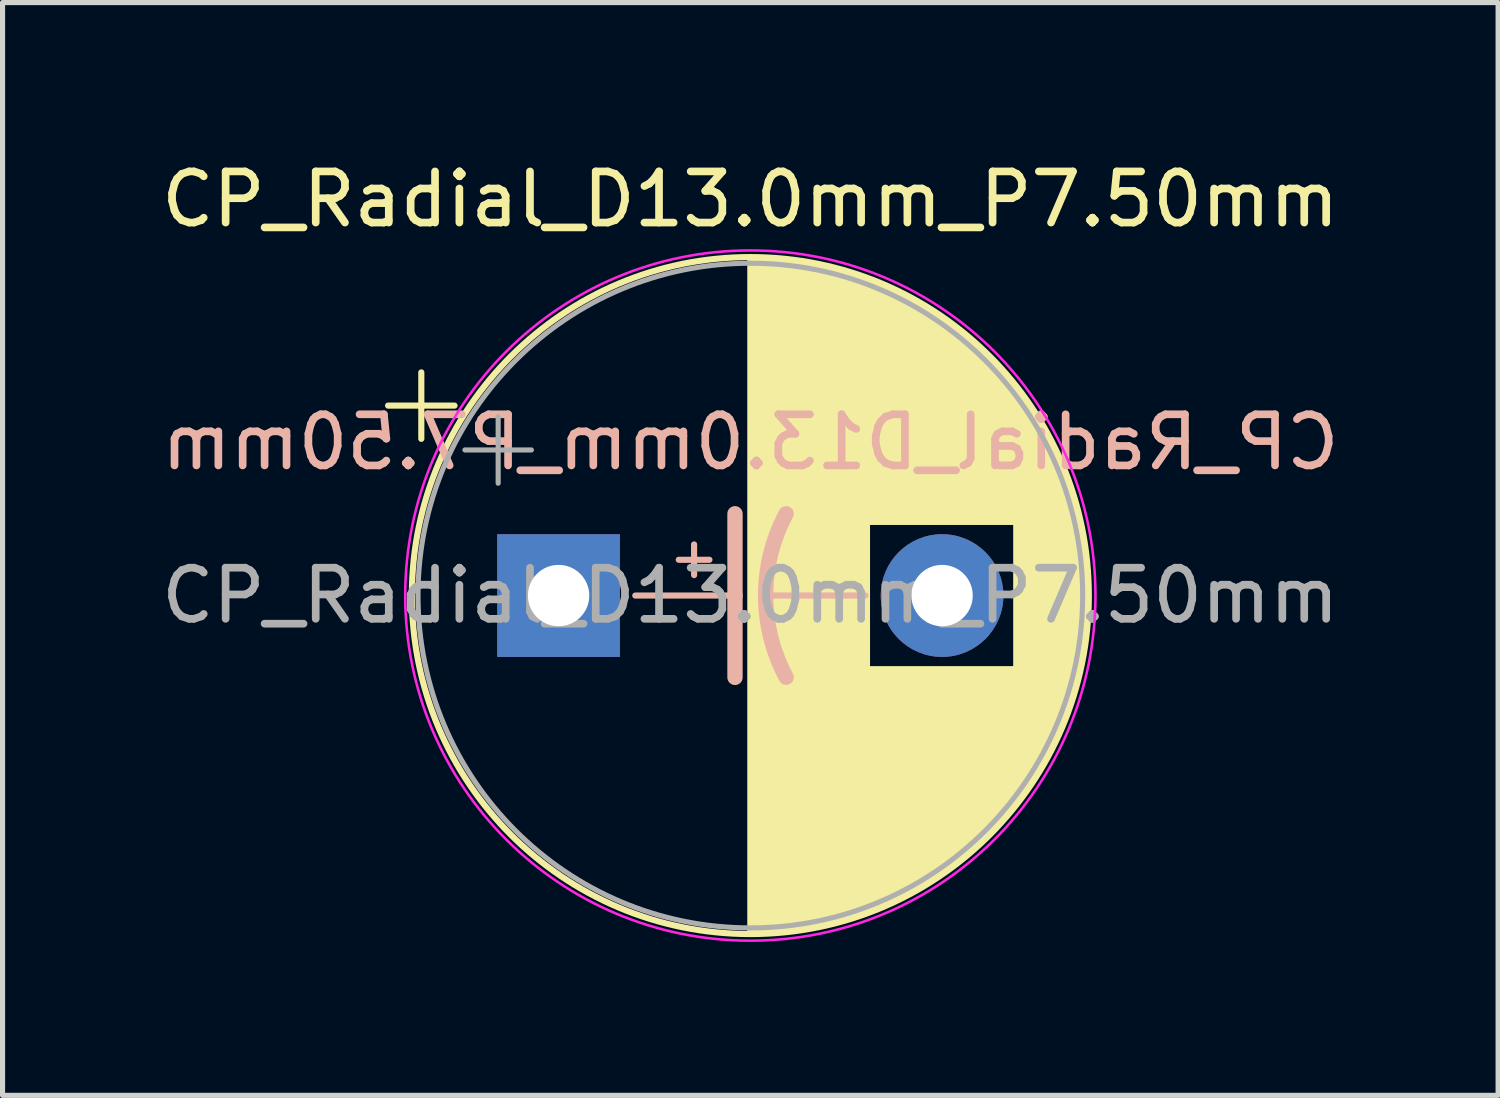
<source format=kicad_pcb>
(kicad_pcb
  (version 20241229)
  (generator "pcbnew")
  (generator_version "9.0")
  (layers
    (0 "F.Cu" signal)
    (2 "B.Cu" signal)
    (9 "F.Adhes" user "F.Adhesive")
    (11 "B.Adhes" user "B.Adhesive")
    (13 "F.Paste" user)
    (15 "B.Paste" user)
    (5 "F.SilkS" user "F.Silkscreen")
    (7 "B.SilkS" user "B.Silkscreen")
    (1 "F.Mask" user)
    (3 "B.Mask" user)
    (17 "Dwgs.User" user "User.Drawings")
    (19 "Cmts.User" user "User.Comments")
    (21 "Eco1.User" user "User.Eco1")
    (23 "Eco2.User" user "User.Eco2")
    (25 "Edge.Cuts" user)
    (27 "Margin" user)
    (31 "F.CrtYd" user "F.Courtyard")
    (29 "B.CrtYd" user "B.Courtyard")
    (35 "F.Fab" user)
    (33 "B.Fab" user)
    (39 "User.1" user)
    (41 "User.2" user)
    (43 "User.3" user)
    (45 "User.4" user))
  (footprint "CP_Radial_D13.0mm_P7.50mm"
    (layer "F.Cu")
    (at 7.875 8.598)
    (property "Reference" "CP_Radial_D13.0mm_P7.50mm" (at 3.75 -7.75 0) (layer "F.SilkS") (effects (font (size 1 1) (thickness 0.15))))
    (fp_line (start -3.335 -3.715) (end -2.035 -3.715) (stroke (width 0.12) (type solid)) (layer "F.SilkS"))
    (fp_line (start -2.685 -4.365) (end -2.685 -3.065) (stroke (width 0.12) (type solid)) (layer "F.SilkS"))
    (fp_line (start 3.75 -6.58) (end 3.75 6.58) (stroke (width 0.12) (type solid)) (layer "F.SilkS"))
    (fp_line (start 3.79 -6.58) (end 3.79 6.58) (stroke (width 0.12) (type solid)) (layer "F.SilkS"))
    (fp_line (start 3.83 -6.58) (end 3.83 6.58) (stroke (width 0.12) (type solid)) (layer "F.SilkS"))
    (fp_line (start 3.87 -6.579) (end 3.87 6.579) (stroke (width 0.12) (type solid)) (layer "F.SilkS"))
    (fp_line (start 3.91 -6.579) (end 3.91 6.579) (stroke (width 0.12) (type solid)) (layer "F.SilkS"))
    (fp_line (start 3.95 -6.577) (end 3.95 6.577) (stroke (width 0.12) (type solid)) (layer "F.SilkS"))
    (fp_line (start 3.99 -6.576) (end 3.99 6.576) (stroke (width 0.12) (type solid)) (layer "F.SilkS"))
    (fp_line (start 4.03 -6.575) (end 4.03 6.575) (stroke (width 0.12) (type solid)) (layer "F.SilkS"))
    (fp_line (start 4.07 -6.573) (end 4.07 6.573) (stroke (width 0.12) (type solid)) (layer "F.SilkS"))
    (fp_line (start 4.11 -6.571) (end 4.11 6.571) (stroke (width 0.12) (type solid)) (layer "F.SilkS"))
    (fp_line (start 4.15 -6.568) (end 4.15 6.568) (stroke (width 0.12) (type solid)) (layer "F.SilkS"))
    (fp_line (start 4.19 -6.566) (end 4.19 6.566) (stroke (width 0.12) (type solid)) (layer "F.SilkS"))
    (fp_line (start 4.23 -6.563) (end 4.23 6.563) (stroke (width 0.12) (type solid)) (layer "F.SilkS"))
    (fp_line (start 4.27 -6.56) (end 4.27 6.56) (stroke (width 0.12) (type solid)) (layer "F.SilkS"))
    (fp_line (start 4.31 -6.557) (end 4.31 6.557) (stroke (width 0.12) (type solid)) (layer "F.SilkS"))
    (fp_line (start 4.35 -6.553) (end 4.35 6.553) (stroke (width 0.12) (type solid)) (layer "F.SilkS"))
    (fp_line (start 4.39 -6.549) (end 4.39 6.549) (stroke (width 0.12) (type solid)) (layer "F.SilkS"))
    (fp_line (start 4.43 -6.545) (end 4.43 6.545) (stroke (width 0.12) (type solid)) (layer "F.SilkS"))
    (fp_line (start 4.471 -6.541) (end 4.471 6.541) (stroke (width 0.12) (type solid)) (layer "F.SilkS"))
    (fp_line (start 4.511 -6.537) (end 4.511 6.537) (stroke (width 0.12) (type solid)) (layer "F.SilkS"))
    (fp_line (start 4.551 -6.532) (end 4.551 6.532) (stroke (width 0.12) (type solid)) (layer "F.SilkS"))
    (fp_line (start 4.591 -6.527) (end 4.591 6.527) (stroke (width 0.12) (type solid)) (layer "F.SilkS"))
    (fp_line (start 4.631 -6.522) (end 4.631 6.522) (stroke (width 0.12) (type solid)) (layer "F.SilkS"))
    (fp_line (start 4.671 -6.516) (end 4.671 6.516) (stroke (width 0.12) (type solid)) (layer "F.SilkS"))
    (fp_line (start 4.711 -6.511) (end 4.711 6.511) (stroke (width 0.12) (type solid)) (layer "F.SilkS"))
    (fp_line (start 4.751 -6.505) (end 4.751 6.505) (stroke (width 0.12) (type solid)) (layer "F.SilkS"))
    (fp_line (start 4.791 -6.498) (end 4.791 6.498) (stroke (width 0.12) (type solid)) (layer "F.SilkS"))
    (fp_line (start 4.831 -6.492) (end 4.831 6.492) (stroke (width 0.12) (type solid)) (layer "F.SilkS"))
    (fp_line (start 4.871 -6.485) (end 4.871 6.485) (stroke (width 0.12) (type solid)) (layer "F.SilkS"))
    (fp_line (start 4.911 -6.478) (end 4.911 6.478) (stroke (width 0.12) (type solid)) (layer "F.SilkS"))
    (fp_line (start 4.951 -6.471) (end 4.951 6.471) (stroke (width 0.12) (type solid)) (layer "F.SilkS"))
    (fp_line (start 4.991 -6.463) (end 4.991 6.463) (stroke (width 0.12) (type solid)) (layer "F.SilkS"))
    (fp_line (start 5.031 -6.456) (end 5.031 6.456) (stroke (width 0.12) (type solid)) (layer "F.SilkS"))
    (fp_line (start 5.071 -6.448) (end 5.071 6.448) (stroke (width 0.12) (type solid)) (layer "F.SilkS"))
    (fp_line (start 5.111 -6.439) (end 5.111 6.439) (stroke (width 0.12) (type solid)) (layer "F.SilkS"))
    (fp_line (start 5.151 -6.431) (end 5.151 6.431) (stroke (width 0.12) (type solid)) (layer "F.SilkS"))
    (fp_line (start 5.191 -6.422) (end 5.191 6.422) (stroke (width 0.12) (type solid)) (layer "F.SilkS"))
    (fp_line (start 5.231 -6.413) (end 5.231 6.413) (stroke (width 0.12) (type solid)) (layer "F.SilkS"))
    (fp_line (start 5.271 -6.404) (end 5.271 6.404) (stroke (width 0.12) (type solid)) (layer "F.SilkS"))
    (fp_line (start 5.311 -6.394) (end 5.311 6.394) (stroke (width 0.12) (type solid)) (layer "F.SilkS"))
    (fp_line (start 5.351 -6.384) (end 5.351 6.384) (stroke (width 0.12) (type solid)) (layer "F.SilkS"))
    (fp_line (start 5.391 -6.374) (end 5.391 6.374) (stroke (width 0.12) (type solid)) (layer "F.SilkS"))
    (fp_line (start 5.431 -6.364) (end 5.431 6.364) (stroke (width 0.12) (type solid)) (layer "F.SilkS"))
    (fp_line (start 5.471 -6.353) (end 5.471 6.353) (stroke (width 0.12) (type solid)) (layer "F.SilkS"))
    (fp_line (start 5.511 -6.342) (end 5.511 6.342) (stroke (width 0.12) (type solid)) (layer "F.SilkS"))
    (fp_line (start 5.551 -6.331) (end 5.551 6.331) (stroke (width 0.12) (type solid)) (layer "F.SilkS"))
    (fp_line (start 5.591 -6.32) (end 5.591 6.32) (stroke (width 0.12) (type solid)) (layer "F.SilkS"))
    (fp_line (start 5.631 -6.308) (end 5.631 6.308) (stroke (width 0.12) (type solid)) (layer "F.SilkS"))
    (fp_line (start 5.671 -6.296) (end 5.671 6.296) (stroke (width 0.12) (type solid)) (layer "F.SilkS"))
    (fp_line (start 5.711 -6.284) (end 5.711 6.284) (stroke (width 0.12) (type solid)) (layer "F.SilkS"))
    (fp_line (start 5.751 -6.271) (end 5.751 6.271) (stroke (width 0.12) (type solid)) (layer "F.SilkS"))
    (fp_line (start 5.791 -6.258) (end 5.791 6.258) (stroke (width 0.12) (type solid)) (layer "F.SilkS"))
    (fp_line (start 5.831 -6.245) (end 5.831 6.245) (stroke (width 0.12) (type solid)) (layer "F.SilkS"))
    (fp_line (start 5.871 -6.232) (end 5.871 6.232) (stroke (width 0.12) (type solid)) (layer "F.SilkS"))
    (fp_line (start 5.911 -6.218) (end 5.911 6.218) (stroke (width 0.12) (type solid)) (layer "F.SilkS"))
    (fp_line (start 5.951 -6.204) (end 5.951 6.204) (stroke (width 0.12) (type solid)) (layer "F.SilkS"))
    (fp_line (start 5.991 -6.19) (end 5.991 6.19) (stroke (width 0.12) (type solid)) (layer "F.SilkS"))
    (fp_line (start 6.031 -6.175) (end 6.031 6.175) (stroke (width 0.12) (type solid)) (layer "F.SilkS"))
    (fp_line (start 6.071 -6.161) (end 6.071 -1.44) (stroke (width 0.12) (type solid)) (layer "F.SilkS"))
    (fp_line (start 6.071 1.44) (end 6.071 6.161) (stroke (width 0.12) (type solid)) (layer "F.SilkS"))
    (fp_line (start 6.111 -6.146) (end 6.111 -1.44) (stroke (width 0.12) (type solid)) (layer "F.SilkS"))
    (fp_line (start 6.111 1.44) (end 6.111 6.146) (stroke (width 0.12) (type solid)) (layer "F.SilkS"))
    (fp_line (start 6.151 -6.13) (end 6.151 -1.44) (stroke (width 0.12) (type solid)) (layer "F.SilkS"))
    (fp_line (start 6.151 1.44) (end 6.151 6.13) (stroke (width 0.12) (type solid)) (layer "F.SilkS"))
    (fp_line (start 6.191 -6.114) (end 6.191 -1.44) (stroke (width 0.12) (type solid)) (layer "F.SilkS"))
    (fp_line (start 6.191 1.44) (end 6.191 6.114) (stroke (width 0.12) (type solid)) (layer "F.SilkS"))
    (fp_line (start 6.231 -6.098) (end 6.231 -1.44) (stroke (width 0.12) (type solid)) (layer "F.SilkS"))
    (fp_line (start 6.231 1.44) (end 6.231 6.098) (stroke (width 0.12) (type solid)) (layer "F.SilkS"))
    (fp_line (start 6.271 -6.082) (end 6.271 -1.44) (stroke (width 0.12) (type solid)) (layer "F.SilkS"))
    (fp_line (start 6.271 1.44) (end 6.271 6.082) (stroke (width 0.12) (type solid)) (layer "F.SilkS"))
    (fp_line (start 6.311 -6.065) (end 6.311 -1.44) (stroke (width 0.12) (type solid)) (layer "F.SilkS"))
    (fp_line (start 6.311 1.44) (end 6.311 6.065) (stroke (width 0.12) (type solid)) (layer "F.SilkS"))
    (fp_line (start 6.351 -6.049) (end 6.351 -1.44) (stroke (width 0.12) (type solid)) (layer "F.SilkS"))
    (fp_line (start 6.351 1.44) (end 6.351 6.049) (stroke (width 0.12) (type solid)) (layer "F.SilkS"))
    (fp_line (start 6.391 -6.031) (end 6.391 -1.44) (stroke (width 0.12) (type solid)) (layer "F.SilkS"))
    (fp_line (start 6.391 1.44) (end 6.391 6.031) (stroke (width 0.12) (type solid)) (layer "F.SilkS"))
    (fp_line (start 6.431 -6.014) (end 6.431 -1.44) (stroke (width 0.12) (type solid)) (layer "F.SilkS"))
    (fp_line (start 6.431 1.44) (end 6.431 6.014) (stroke (width 0.12) (type solid)) (layer "F.SilkS"))
    (fp_line (start 6.471 -5.996) (end 6.471 -1.44) (stroke (width 0.12) (type solid)) (layer "F.SilkS"))
    (fp_line (start 6.471 1.44) (end 6.471 5.996) (stroke (width 0.12) (type solid)) (layer "F.SilkS"))
    (fp_line (start 6.511 -5.978) (end 6.511 -1.44) (stroke (width 0.12) (type solid)) (layer "F.SilkS"))
    (fp_line (start 6.511 1.44) (end 6.511 5.978) (stroke (width 0.12) (type solid)) (layer "F.SilkS"))
    (fp_line (start 6.551 -5.959) (end 6.551 -1.44) (stroke (width 0.12) (type solid)) (layer "F.SilkS"))
    (fp_line (start 6.551 1.44) (end 6.551 5.959) (stroke (width 0.12) (type solid)) (layer "F.SilkS"))
    (fp_line (start 6.591 -5.94) (end 6.591 -1.44) (stroke (width 0.12) (type solid)) (layer "F.SilkS"))
    (fp_line (start 6.591 1.44) (end 6.591 5.94) (stroke (width 0.12) (type solid)) (layer "F.SilkS"))
    (fp_line (start 6.631 -5.921) (end 6.631 -1.44) (stroke (width 0.12) (type solid)) (layer "F.SilkS"))
    (fp_line (start 6.631 1.44) (end 6.631 5.921) (stroke (width 0.12) (type solid)) (layer "F.SilkS"))
    (fp_line (start 6.671 -5.902) (end 6.671 -1.44) (stroke (width 0.12) (type solid)) (layer "F.SilkS"))
    (fp_line (start 6.671 1.44) (end 6.671 5.902) (stroke (width 0.12) (type solid)) (layer "F.SilkS"))
    (fp_line (start 6.711 -5.882) (end 6.711 -1.44) (stroke (width 0.12) (type solid)) (layer "F.SilkS"))
    (fp_line (start 6.711 1.44) (end 6.711 5.882) (stroke (width 0.12) (type solid)) (layer "F.SilkS"))
    (fp_line (start 6.751 -5.862) (end 6.751 -1.44) (stroke (width 0.12) (type solid)) (layer "F.SilkS"))
    (fp_line (start 6.751 1.44) (end 6.751 5.862) (stroke (width 0.12) (type solid)) (layer "F.SilkS"))
    (fp_line (start 6.791 -5.841) (end 6.791 -1.44) (stroke (width 0.12) (type solid)) (layer "F.SilkS"))
    (fp_line (start 6.791 1.44) (end 6.791 5.841) (stroke (width 0.12) (type solid)) (layer "F.SilkS"))
    (fp_line (start 6.831 -5.82) (end 6.831 -1.44) (stroke (width 0.12) (type solid)) (layer "F.SilkS"))
    (fp_line (start 6.831 1.44) (end 6.831 5.82) (stroke (width 0.12) (type solid)) (layer "F.SilkS"))
    (fp_line (start 6.871 -5.799) (end 6.871 -1.44) (stroke (width 0.12) (type solid)) (layer "F.SilkS"))
    (fp_line (start 6.871 1.44) (end 6.871 5.799) (stroke (width 0.12) (type solid)) (layer "F.SilkS"))
    (fp_line (start 6.911 -5.778) (end 6.911 -1.44) (stroke (width 0.12) (type solid)) (layer "F.SilkS"))
    (fp_line (start 6.911 1.44) (end 6.911 5.778) (stroke (width 0.12) (type solid)) (layer "F.SilkS"))
    (fp_line (start 6.951 -5.756) (end 6.951 -1.44) (stroke (width 0.12) (type solid)) (layer "F.SilkS"))
    (fp_line (start 6.951 1.44) (end 6.951 5.756) (stroke (width 0.12) (type solid)) (layer "F.SilkS"))
    (fp_line (start 6.991 -5.733) (end 6.991 -1.44) (stroke (width 0.12) (type solid)) (layer "F.SilkS"))
    (fp_line (start 6.991 1.44) (end 6.991 5.733) (stroke (width 0.12) (type solid)) (layer "F.SilkS"))
    (fp_line (start 7.031 -5.711) (end 7.031 -1.44) (stroke (width 0.12) (type solid)) (layer "F.SilkS"))
    (fp_line (start 7.031 1.44) (end 7.031 5.711) (stroke (width 0.12) (type solid)) (layer "F.SilkS"))
    (fp_line (start 7.071 -5.688) (end 7.071 -1.44) (stroke (width 0.12) (type solid)) (layer "F.SilkS"))
    (fp_line (start 7.071 1.44) (end 7.071 5.688) (stroke (width 0.12) (type solid)) (layer "F.SilkS"))
    (fp_line (start 7.111 -5.664) (end 7.111 -1.44) (stroke (width 0.12) (type solid)) (layer "F.SilkS"))
    (fp_line (start 7.111 1.44) (end 7.111 5.664) (stroke (width 0.12) (type solid)) (layer "F.SilkS"))
    (fp_line (start 7.151 -5.641) (end 7.151 -1.44) (stroke (width 0.12) (type solid)) (layer "F.SilkS"))
    (fp_line (start 7.151 1.44) (end 7.151 5.641) (stroke (width 0.12) (type solid)) (layer "F.SilkS"))
    (fp_line (start 7.191 -5.617) (end 7.191 -1.44) (stroke (width 0.12) (type solid)) (layer "F.SilkS"))
    (fp_line (start 7.191 1.44) (end 7.191 5.617) (stroke (width 0.12) (type solid)) (layer "F.SilkS"))
    (fp_line (start 7.231 -5.592) (end 7.231 -1.44) (stroke (width 0.12) (type solid)) (layer "F.SilkS"))
    (fp_line (start 7.231 1.44) (end 7.231 5.592) (stroke (width 0.12) (type solid)) (layer "F.SilkS"))
    (fp_line (start 7.271 -5.567) (end 7.271 -1.44) (stroke (width 0.12) (type solid)) (layer "F.SilkS"))
    (fp_line (start 7.271 1.44) (end 7.271 5.567) (stroke (width 0.12) (type solid)) (layer "F.SilkS"))
    (fp_line (start 7.311 -5.542) (end 7.311 -1.44) (stroke (width 0.12) (type solid)) (layer "F.SilkS"))
    (fp_line (start 7.311 1.44) (end 7.311 5.542) (stroke (width 0.12) (type solid)) (layer "F.SilkS"))
    (fp_line (start 7.351 -5.516) (end 7.351 -1.44) (stroke (width 0.12) (type solid)) (layer "F.SilkS"))
    (fp_line (start 7.351 1.44) (end 7.351 5.516) (stroke (width 0.12) (type solid)) (layer "F.SilkS"))
    (fp_line (start 7.391 -5.49) (end 7.391 -1.44) (stroke (width 0.12) (type solid)) (layer "F.SilkS"))
    (fp_line (start 7.391 1.44) (end 7.391 5.49) (stroke (width 0.12) (type solid)) (layer "F.SilkS"))
    (fp_line (start 7.431 -5.463) (end 7.431 -1.44) (stroke (width 0.12) (type solid)) (layer "F.SilkS"))
    (fp_line (start 7.431 1.44) (end 7.431 5.463) (stroke (width 0.12) (type solid)) (layer "F.SilkS"))
    (fp_line (start 7.471 -5.436) (end 7.471 -1.44) (stroke (width 0.12) (type solid)) (layer "F.SilkS"))
    (fp_line (start 7.471 1.44) (end 7.471 5.436) (stroke (width 0.12) (type solid)) (layer "F.SilkS"))
    (fp_line (start 7.511 -5.409) (end 7.511 -1.44) (stroke (width 0.12) (type solid)) (layer "F.SilkS"))
    (fp_line (start 7.511 1.44) (end 7.511 5.409) (stroke (width 0.12) (type solid)) (layer "F.SilkS"))
    (fp_line (start 7.551 -5.381) (end 7.551 -1.44) (stroke (width 0.12) (type solid)) (layer "F.SilkS"))
    (fp_line (start 7.551 1.44) (end 7.551 5.381) (stroke (width 0.12) (type solid)) (layer "F.SilkS"))
    (fp_line (start 7.591 -5.353) (end 7.591 -1.44) (stroke (width 0.12) (type solid)) (layer "F.SilkS"))
    (fp_line (start 7.591 1.44) (end 7.591 5.353) (stroke (width 0.12) (type solid)) (layer "F.SilkS"))
    (fp_line (start 7.631 -5.324) (end 7.631 -1.44) (stroke (width 0.12) (type solid)) (layer "F.SilkS"))
    (fp_line (start 7.631 1.44) (end 7.631 5.324) (stroke (width 0.12) (type solid)) (layer "F.SilkS"))
    (fp_line (start 7.671 -5.295) (end 7.671 -1.44) (stroke (width 0.12) (type solid)) (layer "F.SilkS"))
    (fp_line (start 7.671 1.44) (end 7.671 5.295) (stroke (width 0.12) (type solid)) (layer "F.SilkS"))
    (fp_line (start 7.711 -5.265) (end 7.711 -1.44) (stroke (width 0.12) (type solid)) (layer "F.SilkS"))
    (fp_line (start 7.711 1.44) (end 7.711 5.265) (stroke (width 0.12) (type solid)) (layer "F.SilkS"))
    (fp_line (start 7.751 -5.235) (end 7.751 -1.44) (stroke (width 0.12) (type solid)) (layer "F.SilkS"))
    (fp_line (start 7.751 1.44) (end 7.751 5.235) (stroke (width 0.12) (type solid)) (layer "F.SilkS"))
    (fp_line (start 7.791 -5.205) (end 7.791 -1.44) (stroke (width 0.12) (type solid)) (layer "F.SilkS"))
    (fp_line (start 7.791 1.44) (end 7.791 5.205) (stroke (width 0.12) (type solid)) (layer "F.SilkS"))
    (fp_line (start 7.831 -5.174) (end 7.831 -1.44) (stroke (width 0.12) (type solid)) (layer "F.SilkS"))
    (fp_line (start 7.831 1.44) (end 7.831 5.174) (stroke (width 0.12) (type solid)) (layer "F.SilkS"))
    (fp_line (start 7.871 -5.142) (end 7.871 -1.44) (stroke (width 0.12) (type solid)) (layer "F.SilkS"))
    (fp_line (start 7.871 1.44) (end 7.871 5.142) (stroke (width 0.12) (type solid)) (layer "F.SilkS"))
    (fp_line (start 7.911 -5.11) (end 7.911 -1.44) (stroke (width 0.12) (type solid)) (layer "F.SilkS"))
    (fp_line (start 7.911 1.44) (end 7.911 5.11) (stroke (width 0.12) (type solid)) (layer "F.SilkS"))
    (fp_line (start 7.951 -5.078) (end 7.951 -1.44) (stroke (width 0.12) (type solid)) (layer "F.SilkS"))
    (fp_line (start 7.951 1.44) (end 7.951 5.078) (stroke (width 0.12) (type solid)) (layer "F.SilkS"))
    (fp_line (start 7.991 -5.044) (end 7.991 -1.44) (stroke (width 0.12) (type solid)) (layer "F.SilkS"))
    (fp_line (start 7.991 1.44) (end 7.991 5.044) (stroke (width 0.12) (type solid)) (layer "F.SilkS"))
    (fp_line (start 8.031 -5.011) (end 8.031 -1.44) (stroke (width 0.12) (type solid)) (layer "F.SilkS"))
    (fp_line (start 8.031 1.44) (end 8.031 5.011) (stroke (width 0.12) (type solid)) (layer "F.SilkS"))
    (fp_line (start 8.071 -4.977) (end 8.071 -1.44) (stroke (width 0.12) (type solid)) (layer "F.SilkS"))
    (fp_line (start 8.071 1.44) (end 8.071 4.977) (stroke (width 0.12) (type solid)) (layer "F.SilkS"))
    (fp_line (start 8.111 -4.942) (end 8.111 -1.44) (stroke (width 0.12) (type solid)) (layer "F.SilkS"))
    (fp_line (start 8.111 1.44) (end 8.111 4.942) (stroke (width 0.12) (type solid)) (layer "F.SilkS"))
    (fp_line (start 8.151 -4.907) (end 8.151 -1.44) (stroke (width 0.12) (type solid)) (layer "F.SilkS"))
    (fp_line (start 8.151 1.44) (end 8.151 4.907) (stroke (width 0.12) (type solid)) (layer "F.SilkS"))
    (fp_line (start 8.191 -4.871) (end 8.191 -1.44) (stroke (width 0.12) (type solid)) (layer "F.SilkS"))
    (fp_line (start 8.191 1.44) (end 8.191 4.871) (stroke (width 0.12) (type solid)) (layer "F.SilkS"))
    (fp_line (start 8.231 -4.834) (end 8.231 -1.44) (stroke (width 0.12) (type solid)) (layer "F.SilkS"))
    (fp_line (start 8.231 1.44) (end 8.231 4.834) (stroke (width 0.12) (type solid)) (layer "F.SilkS"))
    (fp_line (start 8.271 -4.797) (end 8.271 -1.44) (stroke (width 0.12) (type solid)) (layer "F.SilkS"))
    (fp_line (start 8.271 1.44) (end 8.271 4.797) (stroke (width 0.12) (type solid)) (layer "F.SilkS"))
    (fp_line (start 8.311 -4.76) (end 8.311 -1.44) (stroke (width 0.12) (type solid)) (layer "F.SilkS"))
    (fp_line (start 8.311 1.44) (end 8.311 4.76) (stroke (width 0.12) (type solid)) (layer "F.SilkS"))
    (fp_line (start 8.351 -4.721) (end 8.351 -1.44) (stroke (width 0.12) (type solid)) (layer "F.SilkS"))
    (fp_line (start 8.351 1.44) (end 8.351 4.721) (stroke (width 0.12) (type solid)) (layer "F.SilkS"))
    (fp_line (start 8.391 -4.682) (end 8.391 -1.44) (stroke (width 0.12) (type solid)) (layer "F.SilkS"))
    (fp_line (start 8.391 1.44) (end 8.391 4.682) (stroke (width 0.12) (type solid)) (layer "F.SilkS"))
    (fp_line (start 8.431 -4.643) (end 8.431 -1.44) (stroke (width 0.12) (type solid)) (layer "F.SilkS"))
    (fp_line (start 8.431 1.44) (end 8.431 4.643) (stroke (width 0.12) (type solid)) (layer "F.SilkS"))
    (fp_line (start 8.471 -4.602) (end 8.471 -1.44) (stroke (width 0.12) (type solid)) (layer "F.SilkS"))
    (fp_line (start 8.471 1.44) (end 8.471 4.602) (stroke (width 0.12) (type solid)) (layer "F.SilkS"))
    (fp_line (start 8.511 -4.561) (end 8.511 -1.44) (stroke (width 0.12) (type solid)) (layer "F.SilkS"))
    (fp_line (start 8.511 1.44) (end 8.511 4.561) (stroke (width 0.12) (type solid)) (layer "F.SilkS"))
    (fp_line (start 8.551 -4.519) (end 8.551 -1.44) (stroke (width 0.12) (type solid)) (layer "F.SilkS"))
    (fp_line (start 8.551 1.44) (end 8.551 4.519) (stroke (width 0.12) (type solid)) (layer "F.SilkS"))
    (fp_line (start 8.591 -4.477) (end 8.591 -1.44) (stroke (width 0.12) (type solid)) (layer "F.SilkS"))
    (fp_line (start 8.591 1.44) (end 8.591 4.477) (stroke (width 0.12) (type solid)) (layer "F.SilkS"))
    (fp_line (start 8.631 -4.434) (end 8.631 -1.44) (stroke (width 0.12) (type solid)) (layer "F.SilkS"))
    (fp_line (start 8.631 1.44) (end 8.631 4.434) (stroke (width 0.12) (type solid)) (layer "F.SilkS"))
    (fp_line (start 8.671 -4.39) (end 8.671 -1.44) (stroke (width 0.12) (type solid)) (layer "F.SilkS"))
    (fp_line (start 8.671 1.44) (end 8.671 4.39) (stroke (width 0.12) (type solid)) (layer "F.SilkS"))
    (fp_line (start 8.711 -4.345) (end 8.711 -1.44) (stroke (width 0.12) (type solid)) (layer "F.SilkS"))
    (fp_line (start 8.711 1.44) (end 8.711 4.345) (stroke (width 0.12) (type solid)) (layer "F.SilkS"))
    (fp_line (start 8.751 -4.299) (end 8.751 -1.44) (stroke (width 0.12) (type solid)) (layer "F.SilkS"))
    (fp_line (start 8.751 1.44) (end 8.751 4.299) (stroke (width 0.12) (type solid)) (layer "F.SilkS"))
    (fp_line (start 8.791 -4.253) (end 8.791 -1.44) (stroke (width 0.12) (type solid)) (layer "F.SilkS"))
    (fp_line (start 8.791 1.44) (end 8.791 4.253) (stroke (width 0.12) (type solid)) (layer "F.SilkS"))
    (fp_line (start 8.831 -4.205) (end 8.831 -1.44) (stroke (width 0.12) (type solid)) (layer "F.SilkS"))
    (fp_line (start 8.831 1.44) (end 8.831 4.205) (stroke (width 0.12) (type solid)) (layer "F.SilkS"))
    (fp_line (start 8.871 -4.157) (end 8.871 -1.44) (stroke (width 0.12) (type solid)) (layer "F.SilkS"))
    (fp_line (start 8.871 1.44) (end 8.871 4.157) (stroke (width 0.12) (type solid)) (layer "F.SilkS"))
    (fp_line (start 8.911 -4.108) (end 8.911 -1.44) (stroke (width 0.12) (type solid)) (layer "F.SilkS"))
    (fp_line (start 8.911 1.44) (end 8.911 4.108) (stroke (width 0.12) (type solid)) (layer "F.SilkS"))
    (fp_line (start 8.951 -4.057) (end 8.951 4.057) (stroke (width 0.12) (type solid)) (layer "F.SilkS"))
    (fp_line (start 8.991 -4.006) (end 8.991 4.006) (stroke (width 0.12) (type solid)) (layer "F.SilkS"))
    (fp_line (start 9.031 -3.954) (end 9.031 3.954) (stroke (width 0.12) (type solid)) (layer "F.SilkS"))
    (fp_line (start 9.071 -3.9) (end 9.071 3.9) (stroke (width 0.12) (type solid)) (layer "F.SilkS"))
    (fp_line (start 9.111 -3.846) (end 9.111 3.846) (stroke (width 0.12) (type solid)) (layer "F.SilkS"))
    (fp_line (start 9.151 -3.79) (end 9.151 3.79) (stroke (width 0.12) (type solid)) (layer "F.SilkS"))
    (fp_line (start 9.191 -3.733) (end 9.191 3.733) (stroke (width 0.12) (type solid)) (layer "F.SilkS"))
    (fp_line (start 9.231 -3.675) (end 9.231 3.675) (stroke (width 0.12) (type solid)) (layer "F.SilkS"))
    (fp_line (start 9.271 -3.615) (end 9.271 3.615) (stroke (width 0.12) (type solid)) (layer "F.SilkS"))
    (fp_line (start 9.311 -3.554) (end 9.311 3.554) (stroke (width 0.12) (type solid)) (layer "F.SilkS"))
    (fp_line (start 9.351 -3.491) (end 9.351 3.491) (stroke (width 0.12) (type solid)) (layer "F.SilkS"))
    (fp_line (start 9.391 -3.427) (end 9.391 3.427) (stroke (width 0.12) (type solid)) (layer "F.SilkS"))
    (fp_line (start 9.431 -3.361) (end 9.431 3.361) (stroke (width 0.12) (type solid)) (layer "F.SilkS"))
    (fp_line (start 9.471 -3.293) (end 9.471 3.293) (stroke (width 0.12) (type solid)) (layer "F.SilkS"))
    (fp_line (start 9.511 -3.223) (end 9.511 3.223) (stroke (width 0.12) (type solid)) (layer "F.SilkS"))
    (fp_line (start 9.551 -3.152) (end 9.551 3.152) (stroke (width 0.12) (type solid)) (layer "F.SilkS"))
    (fp_line (start 9.591 -3.078) (end 9.591 3.078) (stroke (width 0.12) (type solid)) (layer "F.SilkS"))
    (fp_line (start 9.631 -3.002) (end 9.631 3.002) (stroke (width 0.12) (type solid)) (layer "F.SilkS"))
    (fp_line (start 9.671 -2.923) (end 9.671 2.923) (stroke (width 0.12) (type solid)) (layer "F.SilkS"))
    (fp_line (start 9.711 -2.842) (end 9.711 2.842) (stroke (width 0.12) (type solid)) (layer "F.SilkS"))
    (fp_line (start 9.751 -2.758) (end 9.751 2.758) (stroke (width 0.12) (type solid)) (layer "F.SilkS"))
    (fp_line (start 9.791 -2.67) (end 9.791 2.67) (stroke (width 0.12) (type solid)) (layer "F.SilkS"))
    (fp_line (start 9.831 -2.579) (end 9.831 2.579) (stroke (width 0.12) (type solid)) (layer "F.SilkS"))
    (fp_line (start 9.871 -2.484) (end 9.871 2.484) (stroke (width 0.12) (type solid)) (layer "F.SilkS"))
    (fp_line (start 9.911 -2.385) (end 9.911 2.385) (stroke (width 0.12) (type solid)) (layer "F.SilkS"))
    (fp_line (start 9.951 -2.281) (end 9.951 2.281) (stroke (width 0.12) (type solid)) (layer "F.SilkS"))
    (fp_line (start 9.991 -2.171) (end 9.991 2.171) (stroke (width 0.12) (type solid)) (layer "F.SilkS"))
    (fp_line (start 10.031 -2.055) (end 10.031 2.055) (stroke (width 0.12) (type solid)) (layer "F.SilkS"))
    (fp_line (start 10.071 -1.931) (end 10.071 1.931) (stroke (width 0.12) (type solid)) (layer "F.SilkS"))
    (fp_line (start 10.111 -1.798) (end 10.111 1.798) (stroke (width 0.12) (type solid)) (layer "F.SilkS"))
    (fp_line (start 10.151 -1.653) (end 10.151 1.653) (stroke (width 0.12) (type solid)) (layer "F.SilkS"))
    (fp_line (start 10.191 -1.494) (end 10.191 1.494) (stroke (width 0.12) (type solid)) (layer "F.SilkS"))
    (fp_line (start 10.231 -1.315) (end 10.231 1.315) (stroke (width 0.12) (type solid)) (layer "F.SilkS"))
    (fp_line (start 10.271 -1.107) (end 10.271 1.107) (stroke (width 0.12) (type solid)) (layer "F.SilkS"))
    (fp_line (start 10.311 -0.85) (end 10.311 0.85) (stroke (width 0.12) (type solid)) (layer "F.SilkS"))
    (fp_line (start 10.351 -0.475) (end 10.351 0.475) (stroke (width 0.12) (type solid)) (layer "F.SilkS"))
    (fp_circle (center 3.75 0) (end 10.37 0) (stroke (width 0.12) (type solid)) (fill no) (layer "F.SilkS"))
    (fp_line (start 1.5 0) (end 3.45 0) (stroke (width 0.12) (type solid)) (layer "B.SilkS"))
    (fp_line (start 2.35 -0.7) (end 2.95 -0.7) (stroke (width 0.12) (type solid)) (layer "B.SilkS"))
    (fp_line (start 2.65 -0.4) (end 2.65 -1) (stroke (width 0.12) (type solid)) (layer "B.SilkS"))
    (fp_line (start 3.45 0) (end 3.45 -1.6) (stroke (width 0.3) (type solid)) (layer "B.SilkS"))
    (fp_line (start 3.45 0) (end 3.45 1.6) (stroke (width 0.3) (type solid)) (layer "B.SilkS"))
    (fp_line (start 6 0) (end 4.05 0) (stroke (width 0.12) (type solid)) (layer "B.SilkS"))
    (fp_arc (start 4.05 0) (mid 4.150512 -0.824872) (end 4.45 -1.6) (stroke (width 0.3) (type solid)) (layer "B.SilkS"))
    (fp_arc (start 4.45 1.596157) (mid 4.151652 0.822725) (end 4.05 0) (stroke (width 0.3) (type solid)) (layer "B.SilkS"))
    (fp_circle (center 3.75 0) (end 10.5 0) (stroke (width 0.05) (type solid)) (fill no) (layer "F.CrtYd"))
    (fp_line (start -1.832 -2.848) (end -0.532 -2.848) (stroke (width 0.1) (type solid)) (layer "F.Fab"))
    (fp_line (start -1.182 -3.498) (end -1.182 -2.197) (stroke (width 0.1) (type solid)) (layer "F.Fab"))
    (fp_circle (center 3.75 0) (end 10.25 0) (stroke (width 0.1) (type solid)) (fill no) (layer "F.Fab"))
    (fp_text user "${REFERENCE}" (at 3.75 -3 0) (layer "B.SilkS") (effects (font (size 1 1) (thickness 0.15)) (justify mirror)))
    (fp_text user "${REFERENCE}" (at 3.75 0 0) (layer "F.Fab") (effects (font (size 1 1) (thickness 0.15))))
    (pad "1" thru_hole rect (at 0 0) (size 2.4 2.4) (drill 1.2) (layers "*.Cu" "*.Mask"))
    (pad "2" thru_hole circle (at 7.5 0) (size 2.4 2.4) (drill 1.2) (layers "*.Cu" "*.Mask")))
  (gr_rect
    (start -3 -3)
    (end 26.25 18.373)
    (stroke (width 0.1) (type default))
    (fill no)
    (layer "Edge.Cuts")))
</source>
